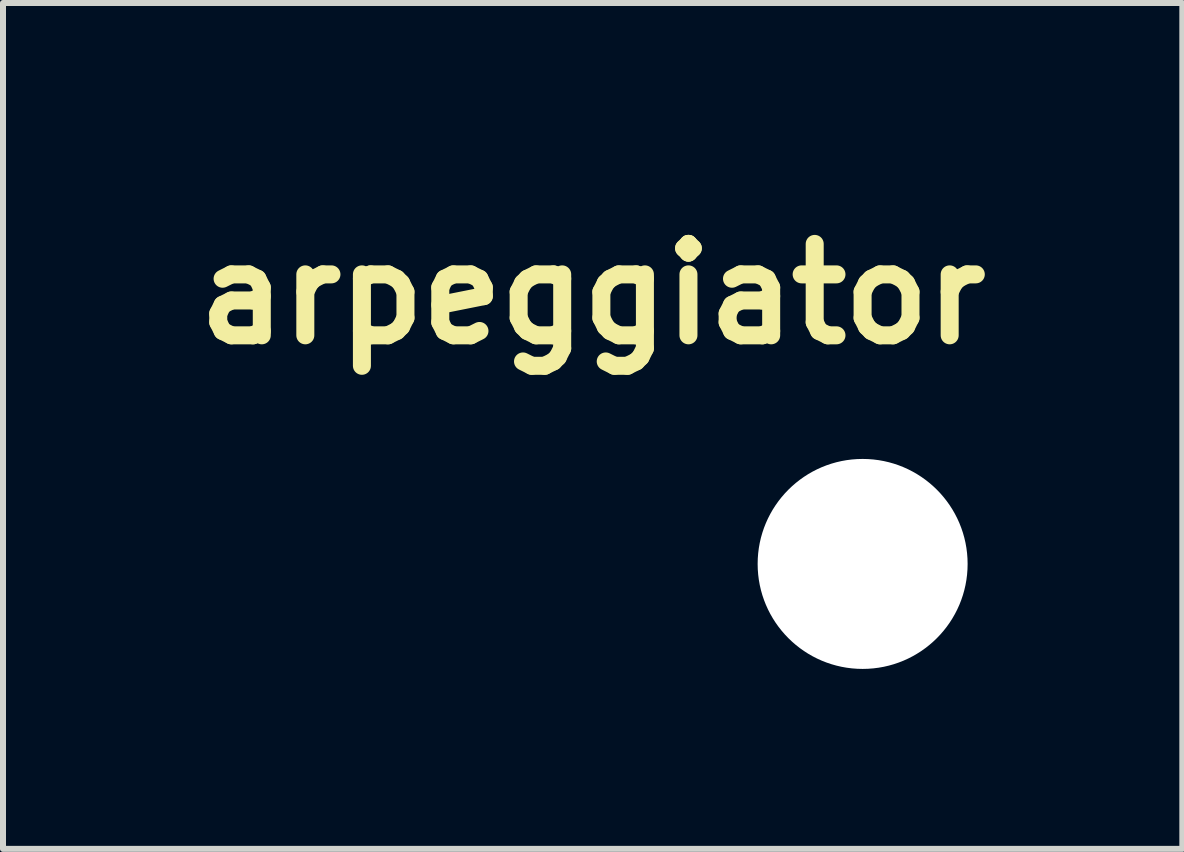
<source format=kicad_pcb>
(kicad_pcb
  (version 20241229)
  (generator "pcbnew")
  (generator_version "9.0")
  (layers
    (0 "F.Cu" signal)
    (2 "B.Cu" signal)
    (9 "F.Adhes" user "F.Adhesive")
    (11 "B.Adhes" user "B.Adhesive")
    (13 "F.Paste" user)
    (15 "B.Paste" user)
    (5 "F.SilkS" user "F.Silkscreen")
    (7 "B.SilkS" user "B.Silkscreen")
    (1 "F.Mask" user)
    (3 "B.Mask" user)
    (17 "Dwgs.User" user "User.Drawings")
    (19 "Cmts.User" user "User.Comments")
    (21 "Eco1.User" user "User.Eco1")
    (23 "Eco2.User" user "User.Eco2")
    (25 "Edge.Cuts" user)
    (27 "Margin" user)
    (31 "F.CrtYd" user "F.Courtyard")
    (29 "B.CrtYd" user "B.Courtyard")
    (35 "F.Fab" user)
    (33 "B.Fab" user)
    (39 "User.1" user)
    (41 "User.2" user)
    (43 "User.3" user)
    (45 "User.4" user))
  (footprint "arpeggiator"
    (layer "F.Cu")
    (at 11.329 6.35)
    (property "Reference" "arpeggiator" (at -4.5 -4.5 0) (layer "F.SilkS") (effects (font (size 1.524 1.524) (thickness 0.3))))
    (attr through_hole)
    (fp_poly (pts (xy -3.503 -6.337) (xy -3.418 -6.313) (xy -3.339 -6.275) (xy -3.268 -6.225) (xy -3.206 -6.163) (xy -3.155 -6.091) (xy -3.117 -6.011) (xy -3.099 -5.95) (xy -3.089 -5.889) (xy -3.088 -5.82) (xy -3.094 -5.751) (xy -3.108 -5.689) (xy -3.112 -5.676) (xy -3.148 -5.596) (xy -3.197 -5.521) (xy -3.259 -5.455) (xy -3.328 -5.402) (xy -3.336 -5.398) (xy -3.411 -5.362) (xy -3.493 -5.34) (xy -3.579 -5.33) (xy -3.666 -5.334) (xy -3.74 -5.35) (xy -3.825 -5.383) (xy -3.901 -5.43) (xy -3.966 -5.489) (xy -4.02 -5.558) (xy -4.061 -5.637) (xy -4.088 -5.722) (xy -4.1 -5.812) (xy -4.096 -5.905) (xy -4.077 -5.993) (xy -4.043 -6.075) (xy -3.995 -6.149) (xy -3.934 -6.213) (xy -3.861 -6.268) (xy -3.805 -6.298) (xy -3.739 -6.324) (xy -3.676 -6.339) (xy -3.609 -6.345) (xy -3.592 -6.345) (xy -3.503 -6.337)) (stroke (width 0.01) (type solid)) (fill yes) (layer "F.Mask"))
    (fp_poly (pts (xy -1.604 -4.995) (xy -1.542 -4.979) (xy -1.458 -4.942) (xy -1.385 -4.895) (xy -1.324 -4.837) (xy -1.274 -4.772) (xy -1.235 -4.701) (xy -1.209 -4.625) (xy -1.194 -4.546) (xy -1.192 -4.466) (xy -1.203 -4.386) (xy -1.226 -4.308) (xy -1.262 -4.235) (xy -1.312 -4.166) (xy -1.375 -4.105) (xy -1.418 -4.073) (xy -1.488 -4.035) (xy -1.566 -4.007) (xy -1.646 -3.991) (xy -1.725 -3.987) (xy -1.78 -3.992) (xy -1.87 -4.017) (xy -1.952 -4.056) (xy -2.026 -4.108) (xy -2.089 -4.172) (xy -2.141 -4.247) (xy -2.155 -4.276) (xy -2.182 -4.338) (xy -2.198 -4.396) (xy -2.205 -4.457) (xy -2.206 -4.496) (xy -2.203 -4.562) (xy -2.192 -4.621) (xy -2.172 -4.68) (xy -2.155 -4.716) (xy -2.109 -4.795) (xy -2.049 -4.863) (xy -1.978 -4.92) (xy -1.898 -4.963) (xy -1.855 -4.98) (xy -1.774 -4.998) (xy -1.689 -5.004) (xy -1.604 -4.995)) (stroke (width 0.01) (type solid)) (fill yes) (layer "F.Mask"))
    (fp_poly (pts (xy -7.231 -3.658) (xy -7.17 -3.649) (xy -7.125 -3.637) (xy -7.043 -3.599) (xy -6.97 -3.548) (xy -6.907 -3.486) (xy -6.856 -3.414) (xy -6.818 -3.335) (xy -6.794 -3.249) (xy -6.785 -3.159) (xy -6.785 -3.155) (xy -6.793 -3.064) (xy -6.816 -2.978) (xy -6.853 -2.9) (xy -6.902 -2.829) (xy -6.962 -2.768) (xy -7.032 -2.718) (xy -7.11 -2.681) (xy -7.195 -2.657) (xy -7.285 -2.647) (xy -7.297 -2.647) (xy -7.337 -2.649) (xy -7.377 -2.653) (xy -7.409 -2.658) (xy -7.41 -2.659) (xy -7.488 -2.686) (xy -7.563 -2.727) (xy -7.632 -2.78) (xy -7.691 -2.842) (xy -7.737 -2.911) (xy -7.749 -2.935) (xy -7.775 -2.998) (xy -7.791 -3.055) (xy -7.799 -3.112) (xy -7.801 -3.157) (xy -7.792 -3.247) (xy -7.769 -3.332) (xy -7.731 -3.412) (xy -7.68 -3.483) (xy -7.618 -3.545) (xy -7.545 -3.596) (xy -7.464 -3.634) (xy -7.412 -3.65) (xy -7.358 -3.659) (xy -7.296 -3.661) (xy -7.231 -3.658)) (stroke (width 0.01) (type solid)) (fill yes) (layer "F.Mask"))
    (fp_poly (pts (xy -5.384 -5.047) (xy -5.329 -5.038) (xy -5.325 -5.037) (xy -5.244 -5.009) (xy -5.167 -4.967) (xy -5.098 -4.914) (xy -5.04 -4.852) (xy -5.02 -4.824) (xy -5.001 -4.792) (xy -4.982 -4.752) (xy -4.965 -4.711) (xy -4.962 -4.704) (xy -4.941 -4.619) (xy -4.936 -4.532) (xy -4.945 -4.444) (xy -4.969 -4.359) (xy -5.007 -4.28) (xy -5.017 -4.265) (xy -5.065 -4.204) (xy -5.125 -4.149) (xy -5.193 -4.102) (xy -5.265 -4.066) (xy -5.336 -4.044) (xy -5.383 -4.037) (xy -5.438 -4.035) (xy -5.494 -4.037) (xy -5.545 -4.043) (xy -5.566 -4.048) (xy -5.654 -4.079) (xy -5.733 -4.125) (xy -5.802 -4.183) (xy -5.86 -4.253) (xy -5.906 -4.334) (xy -5.936 -4.412) (xy -5.946 -4.462) (xy -5.95 -4.521) (xy -5.949 -4.583) (xy -5.943 -4.64) (xy -5.935 -4.674) (xy -5.901 -4.76) (xy -5.854 -4.839) (xy -5.794 -4.907) (xy -5.724 -4.964) (xy -5.646 -5.008) (xy -5.563 -5.037) (xy -5.508 -5.046) (xy -5.446 -5.05) (xy -5.384 -5.047)) (stroke (width 0.01) (type solid)) (fill yes) (layer "F.Mask"))
    (fp_poly (pts (xy -3.503 -6.337) (xy -3.418 -6.313) (xy -3.339 -6.275) (xy -3.268 -6.225) (xy -3.206 -6.163) (xy -3.155 -6.091) (xy -3.117 -6.011) (xy -3.099 -5.95) (xy -3.089 -5.889) (xy -3.088 -5.82) (xy -3.094 -5.751) (xy -3.108 -5.689) (xy -3.112 -5.676) (xy -3.148 -5.596) (xy -3.197 -5.521) (xy -3.259 -5.455) (xy -3.328 -5.402) (xy -3.336 -5.398) (xy -3.411 -5.362) (xy -3.493 -5.34) (xy -3.579 -5.33) (xy -3.666 -5.334) (xy -3.74 -5.35) (xy -3.825 -5.383) (xy -3.901 -5.43) (xy -3.966 -5.489) (xy -4.02 -5.558) (xy -4.061 -5.637) (xy -4.088 -5.722) (xy -4.1 -5.812) (xy -4.096 -5.905) (xy -4.077 -5.993) (xy -4.043 -6.075) (xy -3.995 -6.149) (xy -3.934 -6.213) (xy -3.861 -6.268) (xy -3.805 -6.298) (xy -3.739 -6.324) (xy -3.676 -6.339) (xy -3.609 -6.345) (xy -3.592 -6.345) (xy -3.503 -6.337)) (stroke (width 0.01) (type solid)) (fill yes) (layer "B.Mask"))
    (fp_poly (pts (xy -1.604 -4.995) (xy -1.542 -4.979) (xy -1.458 -4.942) (xy -1.385 -4.895) (xy -1.324 -4.837) (xy -1.274 -4.772) (xy -1.235 -4.701) (xy -1.209 -4.625) (xy -1.194 -4.546) (xy -1.192 -4.466) (xy -1.203 -4.386) (xy -1.226 -4.308) (xy -1.262 -4.235) (xy -1.312 -4.166) (xy -1.375 -4.105) (xy -1.418 -4.073) (xy -1.488 -4.035) (xy -1.566 -4.007) (xy -1.646 -3.991) (xy -1.725 -3.987) (xy -1.78 -3.992) (xy -1.87 -4.017) (xy -1.952 -4.056) (xy -2.026 -4.108) (xy -2.089 -4.172) (xy -2.141 -4.247) (xy -2.155 -4.276) (xy -2.182 -4.338) (xy -2.198 -4.396) (xy -2.205 -4.457) (xy -2.206 -4.496) (xy -2.203 -4.562) (xy -2.192 -4.621) (xy -2.172 -4.68) (xy -2.155 -4.716) (xy -2.109 -4.795) (xy -2.049 -4.863) (xy -1.978 -4.92) (xy -1.898 -4.963) (xy -1.855 -4.98) (xy -1.774 -4.998) (xy -1.689 -5.004) (xy -1.604 -4.995)) (stroke (width 0.01) (type solid)) (fill yes) (layer "B.Mask"))
    (fp_poly (pts (xy -7.231 -3.658) (xy -7.17 -3.649) (xy -7.125 -3.637) (xy -7.043 -3.599) (xy -6.97 -3.548) (xy -6.907 -3.486) (xy -6.856 -3.414) (xy -6.818 -3.335) (xy -6.794 -3.249) (xy -6.785 -3.159) (xy -6.785 -3.155) (xy -6.793 -3.064) (xy -6.816 -2.978) (xy -6.853 -2.9) (xy -6.902 -2.829) (xy -6.962 -2.768) (xy -7.032 -2.718) (xy -7.11 -2.681) (xy -7.195 -2.657) (xy -7.285 -2.647) (xy -7.297 -2.647) (xy -7.337 -2.649) (xy -7.377 -2.653) (xy -7.409 -2.658) (xy -7.41 -2.659) (xy -7.488 -2.686) (xy -7.563 -2.727) (xy -7.632 -2.78) (xy -7.691 -2.842) (xy -7.737 -2.911) (xy -7.749 -2.935) (xy -7.775 -2.998) (xy -7.791 -3.055) (xy -7.799 -3.112) (xy -7.801 -3.157) (xy -7.792 -3.247) (xy -7.769 -3.332) (xy -7.731 -3.412) (xy -7.68 -3.483) (xy -7.618 -3.545) (xy -7.545 -3.596) (xy -7.464 -3.634) (xy -7.412 -3.65) (xy -7.358 -3.659) (xy -7.296 -3.661) (xy -7.231 -3.658)) (stroke (width 0.01) (type solid)) (fill yes) (layer "B.Mask"))
    (fp_poly (pts (xy -5.384 -5.047) (xy -5.329 -5.038) (xy -5.325 -5.037) (xy -5.244 -5.009) (xy -5.167 -4.967) (xy -5.098 -4.914) (xy -5.04 -4.852) (xy -5.02 -4.824) (xy -5.001 -4.792) (xy -4.982 -4.752) (xy -4.965 -4.711) (xy -4.962 -4.704) (xy -4.941 -4.619) (xy -4.936 -4.532) (xy -4.945 -4.444) (xy -4.969 -4.359) (xy -5.007 -4.28) (xy -5.017 -4.265) (xy -5.065 -4.204) (xy -5.125 -4.149) (xy -5.193 -4.102) (xy -5.265 -4.066) (xy -5.336 -4.044) (xy -5.383 -4.037) (xy -5.438 -4.035) (xy -5.494 -4.037) (xy -5.545 -4.043) (xy -5.566 -4.048) (xy -5.654 -4.079) (xy -5.733 -4.125) (xy -5.802 -4.183) (xy -5.86 -4.253) (xy -5.906 -4.334) (xy -5.936 -4.412) (xy -5.946 -4.462) (xy -5.95 -4.521) (xy -5.949 -4.583) (xy -5.943 -4.64) (xy -5.935 -4.674) (xy -5.901 -4.76) (xy -5.854 -4.839) (xy -5.794 -4.907) (xy -5.724 -4.964) (xy -5.646 -5.008) (xy -5.563 -5.037) (xy -5.508 -5.046) (xy -5.446 -5.05) (xy -5.384 -5.047)) (stroke (width 0.01) (type solid)) (fill yes) (layer "B.Mask"))
    (pad "" np_thru_hole circle (at 0 0) (size 3.5 3.5) (drill 3.5) (layers "*.Cu" "*.Mask")))
  (gr_rect
    (start -3 -3)
    (end 16.658 11.1)
    (stroke (width 0.1) (type default))
    (fill no)
    (layer "Edge.Cuts")))
</source>
